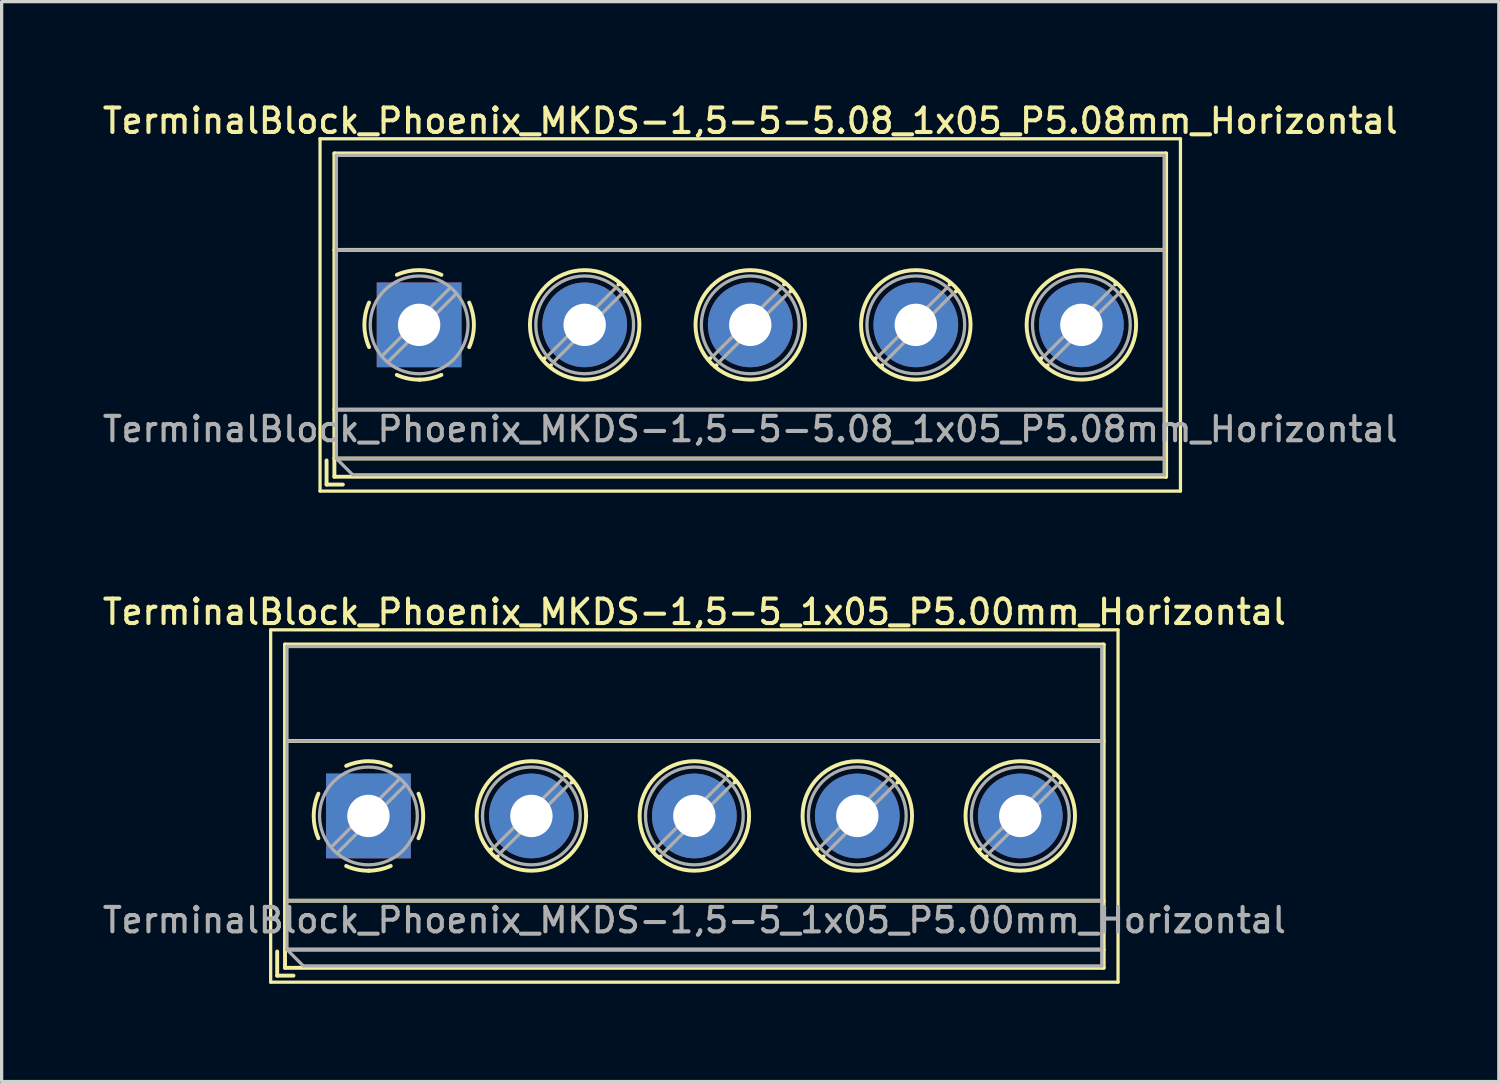
<source format=kicad_pcb>
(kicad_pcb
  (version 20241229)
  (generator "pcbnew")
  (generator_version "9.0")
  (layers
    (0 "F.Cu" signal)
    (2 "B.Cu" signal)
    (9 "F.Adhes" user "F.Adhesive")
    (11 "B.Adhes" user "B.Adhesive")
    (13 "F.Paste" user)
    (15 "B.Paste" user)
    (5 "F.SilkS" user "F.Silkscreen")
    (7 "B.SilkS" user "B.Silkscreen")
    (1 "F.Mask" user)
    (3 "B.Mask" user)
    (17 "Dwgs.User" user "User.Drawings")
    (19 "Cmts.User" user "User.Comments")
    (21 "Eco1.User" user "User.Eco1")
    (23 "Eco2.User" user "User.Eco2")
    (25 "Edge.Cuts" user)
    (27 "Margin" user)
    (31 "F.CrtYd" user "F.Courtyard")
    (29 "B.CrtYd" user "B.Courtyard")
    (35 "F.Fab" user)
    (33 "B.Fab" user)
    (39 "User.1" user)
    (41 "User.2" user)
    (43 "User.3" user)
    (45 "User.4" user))
  (footprint "TerminalBlock_Phoenix_MKDS-1,5-5-5.08_1x05_P5.08mm_Horizontal"
    (layer "F.Cu")
    (at 9.81 6.918)
    (property "Reference" "TerminalBlock_Phoenix_MKDS-1,5-5-5.08_1x05_P5.08mm_Horizontal" (at 10.16 -6.26 0) (layer "F.SilkS") (effects (font (size 0.75 0.75) (thickness 0.125))))
    (attr through_hole)
    (fp_line (start -3.04 -5.71) (end -3.04 5.1) (stroke (width 0.1) (type solid)) (layer "F.SilkS"))
    (fp_line (start -3.04 5.1) (end 23.36 5.1) (stroke (width 0.1) (type solid)) (layer "F.SilkS"))
    (fp_line (start -2.84 4.16) (end -2.84 4.9) (stroke (width 0.12) (type solid)) (layer "F.SilkS"))
    (fp_line (start -2.84 4.9) (end -2.34 4.9) (stroke (width 0.12) (type solid)) (layer "F.SilkS"))
    (fp_line (start -2.6 -5.261) (end -2.6 4.66) (stroke (width 0.12) (type solid)) (layer "F.SilkS"))
    (fp_line (start -2.6 -5.261) (end 22.92 -5.261) (stroke (width 0.12) (type solid)) (layer "F.SilkS"))
    (fp_line (start -2.6 -2.301) (end 22.92 -2.301) (stroke (width 0.12) (type solid)) (layer "F.SilkS"))
    (fp_line (start -2.6 2.6) (end 22.92 2.6) (stroke (width 0.12) (type solid)) (layer "F.SilkS"))
    (fp_line (start -2.6 4.1) (end 22.92 4.1) (stroke (width 0.12) (type solid)) (layer "F.SilkS"))
    (fp_line (start -2.6 4.66) (end 22.92 4.66) (stroke (width 0.12) (type solid)) (layer "F.SilkS"))
    (fp_line (start 3.853 1.023) (end 3.806 1.069) (stroke (width 0.12) (type solid)) (layer "F.SilkS"))
    (fp_line (start 4.046 1.239) (end 4.011 1.274) (stroke (width 0.12) (type solid)) (layer "F.SilkS"))
    (fp_line (start 6.15 -1.275) (end 6.115 -1.239) (stroke (width 0.12) (type solid)) (layer "F.SilkS"))
    (fp_line (start 6.355 -1.069) (end 6.308 -1.023) (stroke (width 0.12) (type solid)) (layer "F.SilkS"))
    (fp_line (start 8.933 1.023) (end 8.886 1.069) (stroke (width 0.12) (type solid)) (layer "F.SilkS"))
    (fp_line (start 9.126 1.239) (end 9.091 1.274) (stroke (width 0.12) (type solid)) (layer "F.SilkS"))
    (fp_line (start 11.23 -1.275) (end 11.195 -1.239) (stroke (width 0.12) (type solid)) (layer "F.SilkS"))
    (fp_line (start 11.435 -1.069) (end 11.388 -1.023) (stroke (width 0.12) (type solid)) (layer "F.SilkS"))
    (fp_line (start 14.013 1.023) (end 13.966 1.069) (stroke (width 0.12) (type solid)) (layer "F.SilkS"))
    (fp_line (start 14.206 1.239) (end 14.171 1.274) (stroke (width 0.12) (type solid)) (layer "F.SilkS"))
    (fp_line (start 16.31 -1.275) (end 16.275 -1.239) (stroke (width 0.12) (type solid)) (layer "F.SilkS"))
    (fp_line (start 16.515 -1.069) (end 16.468 -1.023) (stroke (width 0.12) (type solid)) (layer "F.SilkS"))
    (fp_line (start 19.093 1.023) (end 19.046 1.069) (stroke (width 0.12) (type solid)) (layer "F.SilkS"))
    (fp_line (start 19.286 1.239) (end 19.251 1.274) (stroke (width 0.12) (type solid)) (layer "F.SilkS"))
    (fp_line (start 21.39 -1.275) (end 21.355 -1.239) (stroke (width 0.12) (type solid)) (layer "F.SilkS"))
    (fp_line (start 21.595 -1.069) (end 21.548 -1.023) (stroke (width 0.12) (type solid)) (layer "F.SilkS"))
    (fp_line (start 22.92 -5.261) (end 22.92 4.66) (stroke (width 0.12) (type solid)) (layer "F.SilkS"))
    (fp_line (start 23.36 -5.71) (end -3.04 -5.71) (stroke (width 0.1) (type solid)) (layer "F.SilkS"))
    (fp_line (start 23.36 5.1) (end 23.36 -5.71) (stroke (width 0.1) (type solid)) (layer "F.SilkS"))
    (fp_arc (start -1.535427 0.683042) (mid -1.680501 -0.000524) (end -1.535 -0.684) (stroke (width 0.12) (type solid)) (layer "F.SilkS"))
    (fp_arc (start -0.683042 -1.535427) (mid 0.000524 -1.680501) (end 0.684 -1.535) (stroke (width 0.12) (type solid)) (layer "F.SilkS"))
    (fp_arc (start 0.028805 1.680253) (mid -0.335551 1.646659) (end -0.684 1.535) (stroke (width 0.12) (type solid)) (layer "F.SilkS"))
    (fp_arc (start 0.683318 1.534756) (mid 0.349292 1.643288) (end 0 1.68) (stroke (width 0.12) (type solid)) (layer "F.SilkS"))
    (fp_arc (start 1.535427 -0.683042) (mid 1.680501 0.000524) (end 1.535 0.684) (stroke (width 0.12) (type solid)) (layer "F.SilkS"))
    (fp_circle (center 5.08 0) (end 6.76 0) (stroke (width 0.12) (type solid)) (fill no) (layer "F.SilkS"))
    (fp_circle (center 10.16 0) (end 11.84 0) (stroke (width 0.12) (type solid)) (fill no) (layer "F.SilkS"))
    (fp_circle (center 15.24 0) (end 16.92 0) (stroke (width 0.12) (type solid)) (fill no) (layer "F.SilkS"))
    (fp_circle (center 20.32 0) (end 22 0) (stroke (width 0.12) (type solid)) (fill no) (layer "F.SilkS"))
    (fp_line (start -2.54 -5.2) (end 22.86 -5.2) (stroke (width 0.1) (type solid)) (layer "F.Fab"))
    (fp_line (start -2.54 -2.3) (end 22.86 -2.3) (stroke (width 0.1) (type solid)) (layer "F.Fab"))
    (fp_line (start -2.54 2.6) (end 22.86 2.6) (stroke (width 0.1) (type solid)) (layer "F.Fab"))
    (fp_line (start -2.54 4.1) (end -2.54 -5.2) (stroke (width 0.1) (type solid)) (layer "F.Fab"))
    (fp_line (start -2.54 4.1) (end 22.86 4.1) (stroke (width 0.1) (type solid)) (layer "F.Fab"))
    (fp_line (start -2.04 4.6) (end -2.54 4.1) (stroke (width 0.1) (type solid)) (layer "F.Fab"))
    (fp_line (start 0.955 -1.138) (end -1.138 0.955) (stroke (width 0.1) (type solid)) (layer "F.Fab"))
    (fp_line (start 1.138 -0.955) (end -0.955 1.138) (stroke (width 0.1) (type solid)) (layer "F.Fab"))
    (fp_line (start 6.035 -1.138) (end 3.943 0.955) (stroke (width 0.1) (type solid)) (layer "F.Fab"))
    (fp_line (start 6.218 -0.955) (end 4.126 1.138) (stroke (width 0.1) (type solid)) (layer "F.Fab"))
    (fp_line (start 11.115 -1.138) (end 9.023 0.955) (stroke (width 0.1) (type solid)) (layer "F.Fab"))
    (fp_line (start 11.298 -0.955) (end 9.206 1.138) (stroke (width 0.1) (type solid)) (layer "F.Fab"))
    (fp_line (start 16.195 -1.138) (end 14.103 0.955) (stroke (width 0.1) (type solid)) (layer "F.Fab"))
    (fp_line (start 16.378 -0.955) (end 14.286 1.138) (stroke (width 0.1) (type solid)) (layer "F.Fab"))
    (fp_line (start 21.275 -1.138) (end 19.183 0.955) (stroke (width 0.1) (type solid)) (layer "F.Fab"))
    (fp_line (start 21.458 -0.955) (end 19.366 1.138) (stroke (width 0.1) (type solid)) (layer "F.Fab"))
    (fp_line (start 22.86 -5.2) (end 22.86 4.6) (stroke (width 0.1) (type solid)) (layer "F.Fab"))
    (fp_line (start 22.86 4.6) (end -2.04 4.6) (stroke (width 0.1) (type solid)) (layer "F.Fab"))
    (fp_circle (center 0 0) (end 1.5 0) (stroke (width 0.1) (type solid)) (fill no) (layer "F.Fab"))
    (fp_circle (center 5.08 0) (end 6.58 0) (stroke (width 0.1) (type solid)) (fill no) (layer "F.Fab"))
    (fp_circle (center 10.16 0) (end 11.66 0) (stroke (width 0.1) (type solid)) (fill no) (layer "F.Fab"))
    (fp_circle (center 15.24 0) (end 16.74 0) (stroke (width 0.1) (type solid)) (fill no) (layer "F.Fab"))
    (fp_circle (center 20.32 0) (end 21.82 0) (stroke (width 0.1) (type solid)) (fill no) (layer "F.Fab"))
    (fp_text user "${REFERENCE}" (at 10.16 3.2 0) (layer "F.Fab") (effects (font (size 0.75 0.75) (thickness 0.125))))
    (pad "1" thru_hole rect (at 0 0) (size 2.6 2.6) (drill 1.3) (layers "*.Cu" "*.Mask"))
    (pad "2" thru_hole circle (at 5.08 0) (size 2.6 2.6) (drill 1.3) (layers "*.Cu" "*.Mask"))
    (pad "3" thru_hole circle (at 10.16 0) (size 2.6 2.6) (drill 1.3) (layers "*.Cu" "*.Mask"))
    (pad "4" thru_hole circle (at 15.24 0) (size 2.6 2.6) (drill 1.3) (layers "*.Cu" "*.Mask"))
    (pad "5" thru_hole circle (at 20.32 0) (size 2.6 2.6) (drill 1.3) (layers "*.Cu" "*.Mask")))
  (footprint "TerminalBlock_Phoenix_MKDS-1,5-5_1x05_P5.00mm_Horizontal"
    (layer "F.Cu")
    (at 8.255 21.986)
    (property "Reference" "TerminalBlock_Phoenix_MKDS-1,5-5_1x05_P5.00mm_Horizontal" (at 10 -6.26 0) (layer "F.SilkS") (effects (font (size 0.75 0.75) (thickness 0.125))))
    (attr through_hole)
    (fp_line (start -3 -5.71) (end -3 5.1) (stroke (width 0.1) (type solid)) (layer "F.SilkS"))
    (fp_line (start -3 5.1) (end 23 5.1) (stroke (width 0.1) (type solid)) (layer "F.SilkS"))
    (fp_line (start -2.8 4.16) (end -2.8 4.9) (stroke (width 0.12) (type solid)) (layer "F.SilkS"))
    (fp_line (start -2.8 4.9) (end -2.3 4.9) (stroke (width 0.12) (type solid)) (layer "F.SilkS"))
    (fp_line (start -2.56 -5.261) (end -2.56 4.66) (stroke (width 0.12) (type solid)) (layer "F.SilkS"))
    (fp_line (start -2.56 -5.261) (end 22.56 -5.261) (stroke (width 0.12) (type solid)) (layer "F.SilkS"))
    (fp_line (start -2.56 -2.301) (end 22.56 -2.301) (stroke (width 0.12) (type solid)) (layer "F.SilkS"))
    (fp_line (start -2.56 2.6) (end 22.56 2.6) (stroke (width 0.12) (type solid)) (layer "F.SilkS"))
    (fp_line (start -2.56 4.1) (end 22.56 4.1) (stroke (width 0.12) (type solid)) (layer "F.SilkS"))
    (fp_line (start -2.56 4.66) (end 22.56 4.66) (stroke (width 0.12) (type solid)) (layer "F.SilkS"))
    (fp_line (start 3.773 1.023) (end 3.726 1.069) (stroke (width 0.12) (type solid)) (layer "F.SilkS"))
    (fp_line (start 3.966 1.239) (end 3.931 1.274) (stroke (width 0.12) (type solid)) (layer "F.SilkS"))
    (fp_line (start 6.07 -1.275) (end 6.035 -1.239) (stroke (width 0.12) (type solid)) (layer "F.SilkS"))
    (fp_line (start 6.275 -1.069) (end 6.228 -1.023) (stroke (width 0.12) (type solid)) (layer "F.SilkS"))
    (fp_line (start 8.773 1.023) (end 8.726 1.069) (stroke (width 0.12) (type solid)) (layer "F.SilkS"))
    (fp_line (start 8.966 1.239) (end 8.931 1.274) (stroke (width 0.12) (type solid)) (layer "F.SilkS"))
    (fp_line (start 11.07 -1.275) (end 11.035 -1.239) (stroke (width 0.12) (type solid)) (layer "F.SilkS"))
    (fp_line (start 11.275 -1.069) (end 11.228 -1.023) (stroke (width 0.12) (type solid)) (layer "F.SilkS"))
    (fp_line (start 13.773 1.023) (end 13.726 1.069) (stroke (width 0.12) (type solid)) (layer "F.SilkS"))
    (fp_line (start 13.966 1.239) (end 13.931 1.274) (stroke (width 0.12) (type solid)) (layer "F.SilkS"))
    (fp_line (start 16.07 -1.275) (end 16.035 -1.239) (stroke (width 0.12) (type solid)) (layer "F.SilkS"))
    (fp_line (start 16.275 -1.069) (end 16.228 -1.023) (stroke (width 0.12) (type solid)) (layer "F.SilkS"))
    (fp_line (start 18.773 1.023) (end 18.726 1.069) (stroke (width 0.12) (type solid)) (layer "F.SilkS"))
    (fp_line (start 18.966 1.239) (end 18.931 1.274) (stroke (width 0.12) (type solid)) (layer "F.SilkS"))
    (fp_line (start 21.07 -1.275) (end 21.035 -1.239) (stroke (width 0.12) (type solid)) (layer "F.SilkS"))
    (fp_line (start 21.275 -1.069) (end 21.228 -1.023) (stroke (width 0.12) (type solid)) (layer "F.SilkS"))
    (fp_line (start 22.56 -5.261) (end 22.56 4.66) (stroke (width 0.12) (type solid)) (layer "F.SilkS"))
    (fp_line (start 23 -5.71) (end -3 -5.71) (stroke (width 0.1) (type solid)) (layer "F.SilkS"))
    (fp_line (start 23 5.1) (end 23 -5.71) (stroke (width 0.1) (type solid)) (layer "F.SilkS"))
    (fp_arc (start -1.535427 0.683042) (mid -1.680501 -0.000524) (end -1.535 -0.684) (stroke (width 0.12) (type solid)) (layer "F.SilkS"))
    (fp_arc (start -0.683042 -1.535427) (mid 0.000524 -1.680501) (end 0.684 -1.535) (stroke (width 0.12) (type solid)) (layer "F.SilkS"))
    (fp_arc (start 0.028805 1.680253) (mid -0.335551 1.646659) (end -0.684 1.535) (stroke (width 0.12) (type solid)) (layer "F.SilkS"))
    (fp_arc (start 0.683318 1.534756) (mid 0.349292 1.643288) (end 0 1.68) (stroke (width 0.12) (type solid)) (layer "F.SilkS"))
    (fp_arc (start 1.535427 -0.683042) (mid 1.680501 0.000524) (end 1.535 0.684) (stroke (width 0.12) (type solid)) (layer "F.SilkS"))
    (fp_circle (center 5 0) (end 6.68 0) (stroke (width 0.12) (type solid)) (fill no) (layer "F.SilkS"))
    (fp_circle (center 10 0) (end 11.68 0) (stroke (width 0.12) (type solid)) (fill no) (layer "F.SilkS"))
    (fp_circle (center 15 0) (end 16.68 0) (stroke (width 0.12) (type solid)) (fill no) (layer "F.SilkS"))
    (fp_circle (center 20 0) (end 21.68 0) (stroke (width 0.12) (type solid)) (fill no) (layer "F.SilkS"))
    (fp_line (start -2.5 -5.2) (end 22.5 -5.2) (stroke (width 0.1) (type solid)) (layer "F.Fab"))
    (fp_line (start -2.5 -2.3) (end 22.5 -2.3) (stroke (width 0.1) (type solid)) (layer "F.Fab"))
    (fp_line (start -2.5 2.6) (end 22.5 2.6) (stroke (width 0.1) (type solid)) (layer "F.Fab"))
    (fp_line (start -2.5 4.1) (end -2.5 -5.2) (stroke (width 0.1) (type solid)) (layer "F.Fab"))
    (fp_line (start -2.5 4.1) (end 22.5 4.1) (stroke (width 0.1) (type solid)) (layer "F.Fab"))
    (fp_line (start -2 4.6) (end -2.5 4.1) (stroke (width 0.1) (type solid)) (layer "F.Fab"))
    (fp_line (start 0.955 -1.138) (end -1.138 0.955) (stroke (width 0.1) (type solid)) (layer "F.Fab"))
    (fp_line (start 1.138 -0.955) (end -0.955 1.138) (stroke (width 0.1) (type solid)) (layer "F.Fab"))
    (fp_line (start 5.955 -1.138) (end 3.863 0.955) (stroke (width 0.1) (type solid)) (layer "F.Fab"))
    (fp_line (start 6.138 -0.955) (end 4.046 1.138) (stroke (width 0.1) (type solid)) (layer "F.Fab"))
    (fp_line (start 10.955 -1.138) (end 8.863 0.955) (stroke (width 0.1) (type solid)) (layer "F.Fab"))
    (fp_line (start 11.138 -0.955) (end 9.046 1.138) (stroke (width 0.1) (type solid)) (layer "F.Fab"))
    (fp_line (start 15.955 -1.138) (end 13.863 0.955) (stroke (width 0.1) (type solid)) (layer "F.Fab"))
    (fp_line (start 16.138 -0.955) (end 14.046 1.138) (stroke (width 0.1) (type solid)) (layer "F.Fab"))
    (fp_line (start 20.955 -1.138) (end 18.863 0.955) (stroke (width 0.1) (type solid)) (layer "F.Fab"))
    (fp_line (start 21.138 -0.955) (end 19.046 1.138) (stroke (width 0.1) (type solid)) (layer "F.Fab"))
    (fp_line (start 22.5 -5.2) (end 22.5 4.6) (stroke (width 0.1) (type solid)) (layer "F.Fab"))
    (fp_line (start 22.5 4.6) (end -2 4.6) (stroke (width 0.1) (type solid)) (layer "F.Fab"))
    (fp_circle (center 0 0) (end 1.5 0) (stroke (width 0.1) (type solid)) (fill no) (layer "F.Fab"))
    (fp_circle (center 5 0) (end 6.5 0) (stroke (width 0.1) (type solid)) (fill no) (layer "F.Fab"))
    (fp_circle (center 10 0) (end 11.5 0) (stroke (width 0.1) (type solid)) (fill no) (layer "F.Fab"))
    (fp_circle (center 15 0) (end 16.5 0) (stroke (width 0.1) (type solid)) (fill no) (layer "F.Fab"))
    (fp_circle (center 20 0) (end 21.5 0) (stroke (width 0.1) (type solid)) (fill no) (layer "F.Fab"))
    (fp_text user "${REFERENCE}" (at 10 3.2 0) (layer "F.Fab") (effects (font (size 0.75 0.75) (thickness 0.125))))
    (pad "1" thru_hole rect (at 0 0) (size 2.6 2.6) (drill 1.3) (layers "*.Cu" "*.Mask"))
    (pad "2" thru_hole circle (at 5 0) (size 2.6 2.6) (drill 1.3) (layers "*.Cu" "*.Mask"))
    (pad "3" thru_hole circle (at 10 0) (size 2.6 2.6) (drill 1.3) (layers "*.Cu" "*.Mask"))
    (pad "4" thru_hole circle (at 15 0) (size 2.6 2.6) (drill 1.3) (layers "*.Cu" "*.Mask"))
    (pad "5" thru_hole circle (at 20 0) (size 2.6 2.6) (drill 1.3) (layers "*.Cu" "*.Mask")))
  (gr_rect
    (start -3 -3)
    (end 42.939 30.136)
    (stroke (width 0.1) (type default))
    (fill no)
    (layer "Edge.Cuts")))
</source>
